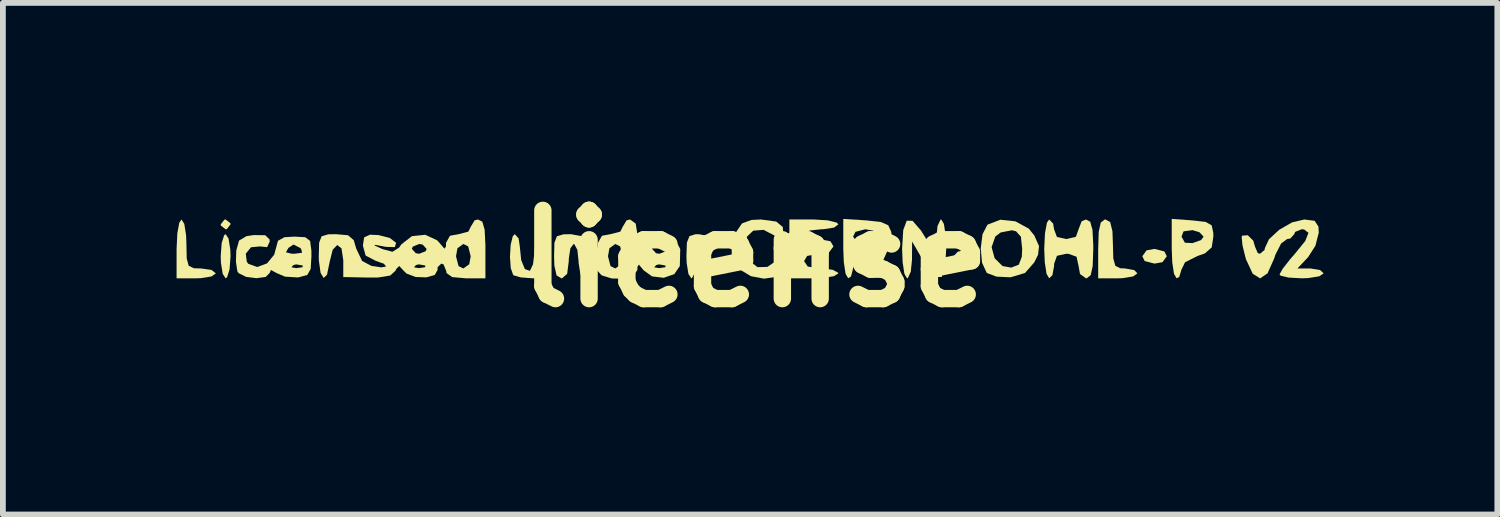
<source format=kicad_pcb>
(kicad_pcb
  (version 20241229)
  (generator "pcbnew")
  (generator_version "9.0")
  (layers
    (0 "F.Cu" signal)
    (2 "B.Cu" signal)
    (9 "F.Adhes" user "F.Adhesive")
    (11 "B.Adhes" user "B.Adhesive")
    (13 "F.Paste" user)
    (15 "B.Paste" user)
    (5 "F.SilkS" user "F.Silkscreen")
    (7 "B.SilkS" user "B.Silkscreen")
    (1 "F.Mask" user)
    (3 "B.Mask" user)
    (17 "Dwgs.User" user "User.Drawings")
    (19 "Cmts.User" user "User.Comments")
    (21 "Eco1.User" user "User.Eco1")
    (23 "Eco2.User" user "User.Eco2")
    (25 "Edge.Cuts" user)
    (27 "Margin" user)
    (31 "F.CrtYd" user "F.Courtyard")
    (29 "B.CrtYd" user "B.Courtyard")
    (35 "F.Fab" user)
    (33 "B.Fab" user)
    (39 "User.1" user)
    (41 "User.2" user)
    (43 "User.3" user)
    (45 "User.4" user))
  (footprint "license"
    (layer "F.Cu")
    (at 9.991 1.418)
    (property "Reference" "license" (at 0 0 0) (layer "F.SilkS") (effects (font (size 1.524 1.524) (thickness 0.3))))
    (attr board_only exclude_from_pos_files exclude_from_bom)
    (fp_poly (pts (xy -9.062 -0.613) (xy -9.059 -0.593) (xy -9.124 -0.51) (xy -9.144 -0.508) (xy -9.226 -0.572) (xy -9.229 -0.593) (xy -9.164 -0.675) (xy -9.144 -0.677)) (stroke (width 0) (type solid)) (fill yes) (layer "F.SilkS"))
    (fp_poly (pts (xy 3.774 -0.121) (xy 3.81 -0.048) (xy 3.737 0.06) (xy 3.591 0.085) (xy 3.431 0.051) (xy 3.407 -0.021) (xy 3.502 -0.121) (xy 3.649 -0.156)) (stroke (width 0) (type solid)) (fill yes) (layer "F.SilkS"))
    (fp_poly (pts (xy 7.071 -0.125) (xy 7.112 -0.042) (xy 7.038 0.06) (xy 6.9 0.085) (xy 6.73 0.041) (xy 6.689 -0.042) (xy 6.762 -0.144) (xy 6.9 -0.169)) (stroke (width 0) (type solid)) (fill yes) (layer "F.SilkS"))
    (fp_poly (pts (xy -9.094 -0.348) (xy -9.063 -0.156) (xy -9.059 -0.042) (xy -9.076 0.185) (xy -9.119 0.321) (xy -9.144 0.339) (xy -9.194 0.263) (xy -9.225 0.072) (xy -9.229 -0.042) (xy -9.212 -0.27) (xy -9.169 -0.406) (xy -9.144 -0.423)) (stroke (width 0) (type solid)) (fill yes) (layer "F.SilkS"))
    (fp_poly (pts (xy -0.815 -0.394) (xy -0.762 -0.339) (xy -0.831 -0.264) (xy -0.889 -0.254) (xy -0.983 -0.19) (xy -1.016 0.015) (xy -1.016 0.042) (xy -1.037 0.238) (xy -1.09 0.336) (xy -1.101 0.339) (xy -1.151 0.263) (xy -1.181 0.072) (xy -1.185 -0.042) (xy -1.177 -0.277) (xy -1.133 -0.389) (xy -1.031 -0.422) (xy -0.974 -0.423)) (stroke (width 0) (type solid)) (fill yes) (layer "F.SilkS"))
    (fp_poly (pts (xy -9.858 -0.601) (xy -9.827 -0.406) (xy -9.821 -0.254) (xy -9.816 -0.003) (xy -9.782 0.122) (xy -9.693 0.165) (xy -9.567 0.169) (xy -9.389 0.194) (xy -9.313 0.253) (xy -9.313 0.254) (xy -9.388 0.307) (xy -9.576 0.337) (xy -9.652 0.339) (xy -9.991 0.339) (xy -9.991 -0.169) (xy -9.978 -0.44) (xy -9.944 -0.623) (xy -9.906 -0.677)) (stroke (width 0) (type solid)) (fill yes) (layer "F.SilkS"))
    (fp_poly (pts (xy 6.134 -0.632) (xy 6.173 -0.475) (xy 6.181 -0.254) (xy 6.188 -0.003) (xy 6.223 0.123) (xy 6.307 0.165) (xy 6.392 0.169) (xy 6.551 0.198) (xy 6.604 0.254) (xy 6.529 0.307) (xy 6.341 0.337) (xy 6.265 0.339) (xy 5.927 0.339) (xy 5.927 -0.169) (xy 5.936 -0.464) (xy 5.971 -0.623) (xy 6.038 -0.676) (xy 6.054 -0.677)) (stroke (width 0) (type solid)) (fill yes) (layer "F.SilkS"))
    (fp_poly (pts (xy 3.262 -0.6) (xy 3.293 -0.399) (xy 3.302 -0.169) (xy 3.282 0.156) (xy 3.222 0.317) (xy 3.121 0.315) (xy 2.977 0.149) (xy 2.897 0.021) (xy 2.713 -0.296) (xy 2.711 0.021) (xy 2.69 0.225) (xy 2.64 0.333) (xy 2.625 0.339) (xy 2.58 0.262) (xy 2.549 0.06) (xy 2.54 -0.169) (xy 2.56 -0.495) (xy 2.62 -0.656) (xy 2.721 -0.654) (xy 2.865 -0.488) (xy 2.945 -0.36) (xy 3.129 -0.042) (xy 3.131 -0.36) (xy 3.152 -0.564) (xy 3.202 -0.672) (xy 3.217 -0.677)) (stroke (width 0) (type solid)) (fill yes) (layer "F.SilkS"))
    (fp_poly (pts (xy -3.599 -0.373) (xy -3.561 -0.204) (xy -3.556 -0.042) (xy -3.563 0.192) (xy -3.605 0.303) (xy -3.718 0.336) (xy -3.838 0.339) (xy -4.047 0.323) (xy -4.173 0.286) (xy -4.177 0.282) (xy -4.219 0.164) (xy -4.233 -0.032) (xy -4.221 -0.238) (xy -4.185 -0.387) (xy -4.149 -0.423) (xy -4.084 -0.351) (xy -4.064 -0.219) (xy -4.039 0.024) (xy -3.975 0.18) (xy -3.89 0.209) (xy -3.886 0.206) (xy -3.835 0.098) (xy -3.81 -0.105) (xy -3.81 -0.132) (xy -3.781 -0.349) (xy -3.691 -0.423) (xy -3.683 -0.423)) (stroke (width 0) (type solid)) (fill yes) (layer "F.SilkS"))
    (fp_poly (pts (xy 0.367 -0.641) (xy 0.479 -0.547) (xy 0.492 -0.396) (xy 0.415 -0.351) (xy 0.32 -0.408) (xy 0.148 -0.498) (xy -0.031 -0.484) (xy -0.139 -0.381) (xy -0.169 -0.149) (xy -0.097 0.038) (xy 0.042 0.146) (xy 0.213 0.142) (xy 0.32 0.069) (xy 0.44 0.011) (xy 0.499 0.086) (xy 0.479 0.208) (xy 0.359 0.315) (xy 0.154 0.345) (xy -0.072 0.302) (xy -0.257 0.191) (xy -0.292 0.15) (xy -0.402 -0.055) (xy -0.404 -0.25) (xy -0.325 -0.462) (xy -0.225 -0.609) (xy -0.063 -0.669) (xy 0.101 -0.677)) (stroke (width 0) (type solid)) (fill yes) (layer "F.SilkS"))
    (fp_poly (pts (xy 7.556 -0.661) (xy 7.783 -0.635) (xy 7.887 -0.576) (xy 7.915 -0.448) (xy 7.916 -0.381) (xy 7.888 -0.195) (xy 7.771 -0.092) (xy 7.641 -0.046) (xy 7.427 0.062) (xy 7.366 0.187) (xy 7.327 0.315) (xy 7.281 0.339) (xy 7.236 0.261) (xy 7.206 0.059) (xy 7.197 -0.174) (xy 7.197 -0.381) (xy 7.366 -0.381) (xy 7.424 -0.276) (xy 7.556 -0.269) (xy 7.705 -0.322) (xy 7.747 -0.381) (xy 7.675 -0.457) (xy 7.556 -0.493) (xy 7.401 -0.472) (xy 7.366 -0.381) (xy 7.197 -0.381) (xy 7.197 -0.687)) (stroke (width 0) (type solid)) (fill yes) (layer "F.SilkS"))
    (fp_poly (pts (xy 1.257 -0.662) (xy 1.411 -0.623) (xy 1.439 -0.593) (xy 1.365 -0.537) (xy 1.182 -0.509) (xy 1.143 -0.508) (xy 0.947 -0.487) (xy 0.849 -0.434) (xy 0.847 -0.423) (xy 0.92 -0.364) (xy 1.098 -0.339) (xy 1.101 -0.339) (xy 1.302 -0.301) (xy 1.355 -0.212) (xy 1.279 -0.111) (xy 1.101 -0.085) (xy 0.899 -0.047) (xy 0.847 0.042) (xy 0.911 0.136) (xy 1.116 0.169) (xy 1.143 0.169) (xy 1.339 0.191) (xy 1.437 0.243) (xy 1.439 0.254) (xy 1.363 0.302) (xy 1.168 0.333) (xy 1.016 0.339) (xy 0.593 0.339) (xy 0.593 -0.677) (xy 1.016 -0.677)) (stroke (width 0) (type solid)) (fill yes) (layer "F.SilkS"))
    (fp_poly (pts (xy 5.789 -0.638) (xy 5.828 -0.5) (xy 5.842 -0.231) (xy 5.842 -0.169) (xy 5.832 0.126) (xy 5.798 0.284) (xy 5.73 0.338) (xy 5.715 0.339) (xy 5.613 0.265) (xy 5.588 0.127) (xy 5.553 -0.034) (xy 5.415 -0.084) (xy 5.376 -0.085) (xy 5.215 -0.05) (xy 5.166 0.088) (xy 5.165 0.127) (xy 5.136 0.286) (xy 5.08 0.339) (xy 5.035 0.262) (xy 5.004 0.06) (xy 4.995 -0.169) (xy 5.008 -0.44) (xy 5.042 -0.623) (xy 5.08 -0.677) (xy 5.149 -0.606) (xy 5.165 -0.508) (xy 5.214 -0.375) (xy 5.376 -0.339) (xy 5.542 -0.378) (xy 5.588 -0.508) (xy 5.641 -0.646) (xy 5.715 -0.677)) (stroke (width 0) (type solid)) (fill yes) (layer "F.SilkS"))
    (fp_poly (pts (xy 4.497 -0.645) (xy 4.728 -0.519) (xy 4.823 -0.402) (xy 4.905 -0.217) (xy 4.888 -0.067) (xy 4.823 0.064) (xy 4.663 0.247) (xy 4.418 0.32) (xy 4.4 0.321) (xy 4.171 0.31) (xy 4.009 0.249) (xy 4 0.241) (xy 3.921 0.07) (xy 3.898 -0.177) (xy 3.901 -0.199) (xy 4.086 -0.199) (xy 4.138 -0.009) (xy 4.274 0.127) (xy 4.425 0.154) (xy 4.556 0.103) (xy 4.608 -0.033) (xy 4.614 -0.169) (xy 4.592 -0.38) (xy 4.508 -0.473) (xy 4.438 -0.491) (xy 4.243 -0.453) (xy 4.15 -0.383) (xy 4.086 -0.199) (xy 3.901 -0.199) (xy 3.929 -0.422) (xy 4.013 -0.585) (xy 4.016 -0.588) (xy 4.237 -0.673)) (stroke (width 0) (type solid)) (fill yes) (layer "F.SilkS"))
    (fp_poly (pts (xy 1.926 -0.661) (xy 2.175 -0.633) (xy 2.301 -0.577) (xy 2.351 -0.468) (xy 2.356 -0.44) (xy 2.336 -0.231) (xy 2.279 -0.119) (xy 2.219 0.015) (xy 2.273 0.105) (xy 2.365 0.247) (xy 2.315 0.329) (xy 2.247 0.339) (xy 2.112 0.271) (xy 2.032 0.169) (xy 1.911 0.034) (xy 1.817 0) (xy 1.717 0.07) (xy 1.693 0.169) (xy 1.658 0.307) (xy 1.609 0.339) (xy 1.564 0.261) (xy 1.533 0.059) (xy 1.524 -0.174) (xy 1.524 -0.381) (xy 1.693 -0.381) (xy 1.767 -0.279) (xy 1.905 -0.254) (xy 2.075 -0.298) (xy 2.117 -0.381) (xy 2.043 -0.483) (xy 1.905 -0.508) (xy 1.735 -0.464) (xy 1.693 -0.381) (xy 1.524 -0.381) (xy 1.524 -0.687)) (stroke (width 0) (type solid)) (fill yes) (layer "F.SilkS"))
    (fp_poly (pts (xy 9.666 -0.654) (xy 9.731 -0.554) (xy 9.737 -0.45) (xy 9.679 -0.224) (xy 9.553 -0.027) (xy 9.368 0.169) (xy 9.595 0.169) (xy 9.761 0.197) (xy 9.821 0.254) (xy 9.746 0.304) (xy 9.554 0.335) (xy 9.44 0.339) (xy 9.213 0.326) (xy 9.077 0.293) (xy 9.059 0.273) (xy 9.112 0.176) (xy 9.244 0.007) (xy 9.313 -0.071) (xy 9.503 -0.305) (xy 9.559 -0.447) (xy 9.483 -0.505) (xy 9.44 -0.508) (xy 9.328 -0.462) (xy 9.313 -0.423) (xy 9.245 -0.348) (xy 9.19 -0.339) (xy 9.087 -0.263) (xy 8.988 -0.069) (xy 8.965 0) (xy 8.852 0.253) (xy 8.724 0.34) (xy 8.596 0.26) (xy 8.481 0.014) (xy 8.474 -0.008) (xy 8.419 -0.23) (xy 8.405 -0.375) (xy 8.413 -0.398) (xy 8.51 -0.405) (xy 8.605 -0.312) (xy 8.636 -0.207) (xy 8.683 -0.097) (xy 8.721 -0.085) (xy 8.801 -0.151) (xy 8.805 -0.181) (xy 8.877 -0.336) (xy 9.053 -0.499) (xy 9.276 -0.627) (xy 9.487 -0.677)) (stroke (width 0) (type solid)) (fill yes) (layer "F.SilkS"))
    (fp_poly (pts (xy -8.46 -0.405) (xy -8.386 -0.334) (xy -8.382 -0.296) (xy -8.427 -0.199) (xy -8.552 -0.212) (xy -8.706 -0.197) (xy -8.796 -0.086) (xy -8.778 0.055) (xy -8.752 0.088) (xy -8.597 0.144) (xy -8.428 0.081) (xy -8.305 -0.069) (xy -8.294 -0.11) (xy -8.102 -0.11) (xy -7.999 -0.085) (xy -7.959 -0.085) (xy -7.824 -0.102) (xy -7.838 -0.166) (xy -7.857 -0.186) (xy -7.972 -0.244) (xy -8.06 -0.186) (xy -8.102 -0.11) (xy -8.294 -0.11) (xy -8.281 -0.157) (xy -8.24 -0.309) (xy -8.128 -0.371) (xy -7.959 -0.381) (xy -7.769 -0.371) (xy -7.685 -0.307) (xy -7.663 -0.142) (xy -7.662 -0.042) (xy -7.675 0.178) (xy -7.734 0.281) (xy -7.874 0.32) (xy -7.9 0.324) (xy -8.119 0.31) (xy -8.26 0.25) (xy -8.361 0.195) (xy -8.382 0.244) (xy -8.451 0.315) (xy -8.611 0.337) (xy -8.791 0.314) (xy -8.921 0.249) (xy -8.941 0.219) (xy -8.952 0.149) (xy -8.007 0.149) (xy -7.923 0.163) (xy -7.814 0.147) (xy -7.812 0.118) (xy -7.926 0.098) (xy -7.975 0.111) (xy -8.007 0.149) (xy -8.952 0.149) (xy -8.966 0.049) (xy -8.96 -0.141) (xy -8.912 -0.313) (xy -8.784 -0.389) (xy -8.657 -0.408)) (stroke (width 0) (type solid)) (fill yes) (layer "F.SilkS"))
    (fp_poly (pts (xy -2.061 -0.606) (xy -2.029 -0.402) (xy -2.02 -0.231) (xy -1.986 -0.21) (xy -1.941 -0.275) (xy -1.787 -0.391) (xy -1.606 -0.423) (xy -1.394 -0.358) (xy -1.292 -0.167) (xy -1.299 0.127) (xy -1.395 0.267) (xy -1.577 0.33) (xy -1.778 0.306) (xy -1.922 0.203) (xy -1.967 0.149) (xy -1.741 0.149) (xy -1.658 0.163) (xy -1.548 0.147) (xy -1.547 0.118) (xy -1.66 0.098) (xy -1.709 0.111) (xy -1.741 0.149) (xy -1.967 0.149) (xy -2.006 0.102) (xy -2.031 0.14) (xy -2.032 0.195) (xy -2.102 0.297) (xy -2.27 0.345) (xy -2.474 0.342) (xy -2.651 0.287) (xy -2.736 0.191) (xy -2.768 0.086) (xy -2.781 0.146) (xy -2.784 0.191) (xy -2.852 0.316) (xy -2.921 0.339) (xy -3.015 0.274) (xy -3.048 0.069) (xy -3.048 0.042) (xy -3.057 -0.042) (xy -2.54 -0.042) (xy -2.496 0.128) (xy -2.413 0.169) (xy -2.311 0.096) (xy -2.286 -0.042) (xy -2.319 -0.169) (xy -1.778 -0.169) (xy -1.709 -0.094) (xy -1.651 -0.085) (xy -1.538 -0.13) (xy -1.524 -0.169) (xy -1.593 -0.244) (xy -1.651 -0.254) (xy -1.764 -0.208) (xy -1.778 -0.169) (xy -2.319 -0.169) (xy -2.33 -0.213) (xy -2.413 -0.254) (xy -2.515 -0.18) (xy -2.54 -0.042) (xy -3.057 -0.042) (xy -3.069 -0.154) (xy -3.122 -0.251) (xy -3.133 -0.254) (xy -3.189 -0.18) (xy -3.217 0.003) (xy -3.217 0.042) (xy -3.245 0.262) (xy -3.333 0.338) (xy -3.344 0.339) (xy -3.428 0.289) (xy -3.466 0.119) (xy -3.471 -0.042) (xy -3.465 -0.276) (xy -3.422 -0.387) (xy -3.308 -0.421) (xy -3.179 -0.423) (xy -2.917 -0.375) (xy -2.801 -0.275) (xy -2.733 -0.172) (xy -2.714 -0.217) (xy -2.712 -0.275) (xy -2.644 -0.396) (xy -2.498 -0.423) (xy -2.327 -0.467) (xy -2.286 -0.55) (xy -2.218 -0.663) (xy -2.159 -0.677)) (stroke (width 0) (type solid)) (fill yes) (layer "F.SilkS"))
    (fp_poly (pts (xy -4.71 -0.638) (xy -4.67 -0.5) (xy -4.657 -0.231) (xy -4.657 -0.169) (xy -4.657 0.339) (xy -4.995 0.339) (xy -5.231 0.318) (xy -5.328 0.248) (xy -5.334 0.212) (xy -5.38 0.099) (xy -5.419 0.085) (xy -5.484 0.149) (xy -5.482 0.191) (xy -5.531 0.281) (xy -5.679 0.323) (xy -5.863 0.316) (xy -6.02 0.256) (xy -6.061 0.216) (xy -6.124 0.149) (xy -5.89 0.149) (xy -5.807 0.163) (xy -5.697 0.147) (xy -5.696 0.118) (xy -5.809 0.098) (xy -5.858 0.111) (xy -5.89 0.149) (xy -6.124 0.149) (xy -6.146 0.126) (xy -6.198 0.179) (xy -6.21 0.208) (xy -6.301 0.291) (xy -6.511 0.325) (xy -6.685 0.326) (xy -7.112 0.317) (xy -7.112 0.024) (xy -7.143 -0.179) (xy -7.216 -0.236) (xy -7.295 -0.154) (xy -7.349 0.062) (xy -7.35 0.07) (xy -7.393 0.278) (xy -7.451 0.333) (xy -7.504 0.245) (xy -7.534 0.028) (xy -7.535 -0.042) (xy -7.529 -0.276) (xy -7.486 -0.387) (xy -7.371 -0.421) (xy -7.237 -0.423) (xy -7.03 -0.405) (xy -6.931 -0.32) (xy -6.889 -0.176) (xy -6.787 0.039) (xy -6.627 0.124) (xy -6.453 0.15) (xy -6.372 0.135) (xy -6.411 0.087) (xy -6.552 0.037) (xy -6.703 -0.042) (xy -5.165 -0.042) (xy -5.121 0.128) (xy -5.038 0.169) (xy -4.936 0.096) (xy -4.911 -0.042) (xy -4.955 -0.213) (xy -5.038 -0.254) (xy -5.14 -0.18) (xy -5.165 -0.042) (xy -6.703 -0.042) (xy -6.726 -0.054) (xy -6.773 -0.226) (xy -6.752 -0.368) (xy -6.652 -0.414) (xy -6.505 -0.408) (xy -6.308 -0.358) (xy -6.201 -0.275) (xy -6.2 -0.271) (xy -6.222 -0.2) (xy -6.374 -0.204) (xy -6.405 -0.21) (xy -6.567 -0.24) (xy -6.57 -0.227) (xy -6.435 -0.166) (xy -6.263 -0.119) (xy -6.183 -0.169) (xy -5.927 -0.169) (xy -5.858 -0.094) (xy -5.8 -0.085) (xy -5.687 -0.13) (xy -5.673 -0.169) (xy -5.741 -0.244) (xy -5.8 -0.254) (xy -5.912 -0.208) (xy -5.927 -0.169) (xy -6.183 -0.169) (xy -6.149 -0.19) (xy -6.107 -0.249) (xy -5.926 -0.389) (xy -5.696 -0.413) (xy -5.491 -0.318) (xy -5.452 -0.275) (xy -5.365 -0.173) (xy -5.339 -0.209) (xy -5.337 -0.275) (xy -5.269 -0.396) (xy -5.122 -0.423) (xy -4.952 -0.467) (xy -4.911 -0.55) (xy -4.843 -0.663) (xy -4.784 -0.677)) (stroke (width 0) (type solid)) (fill yes) (layer "F.SilkS")))
  (gr_rect
    (start -3 -3)
    (end 22.812 5.836)
    (stroke (width 0.1) (type default))
    (fill no)
    (layer "Edge.Cuts")))
</source>
